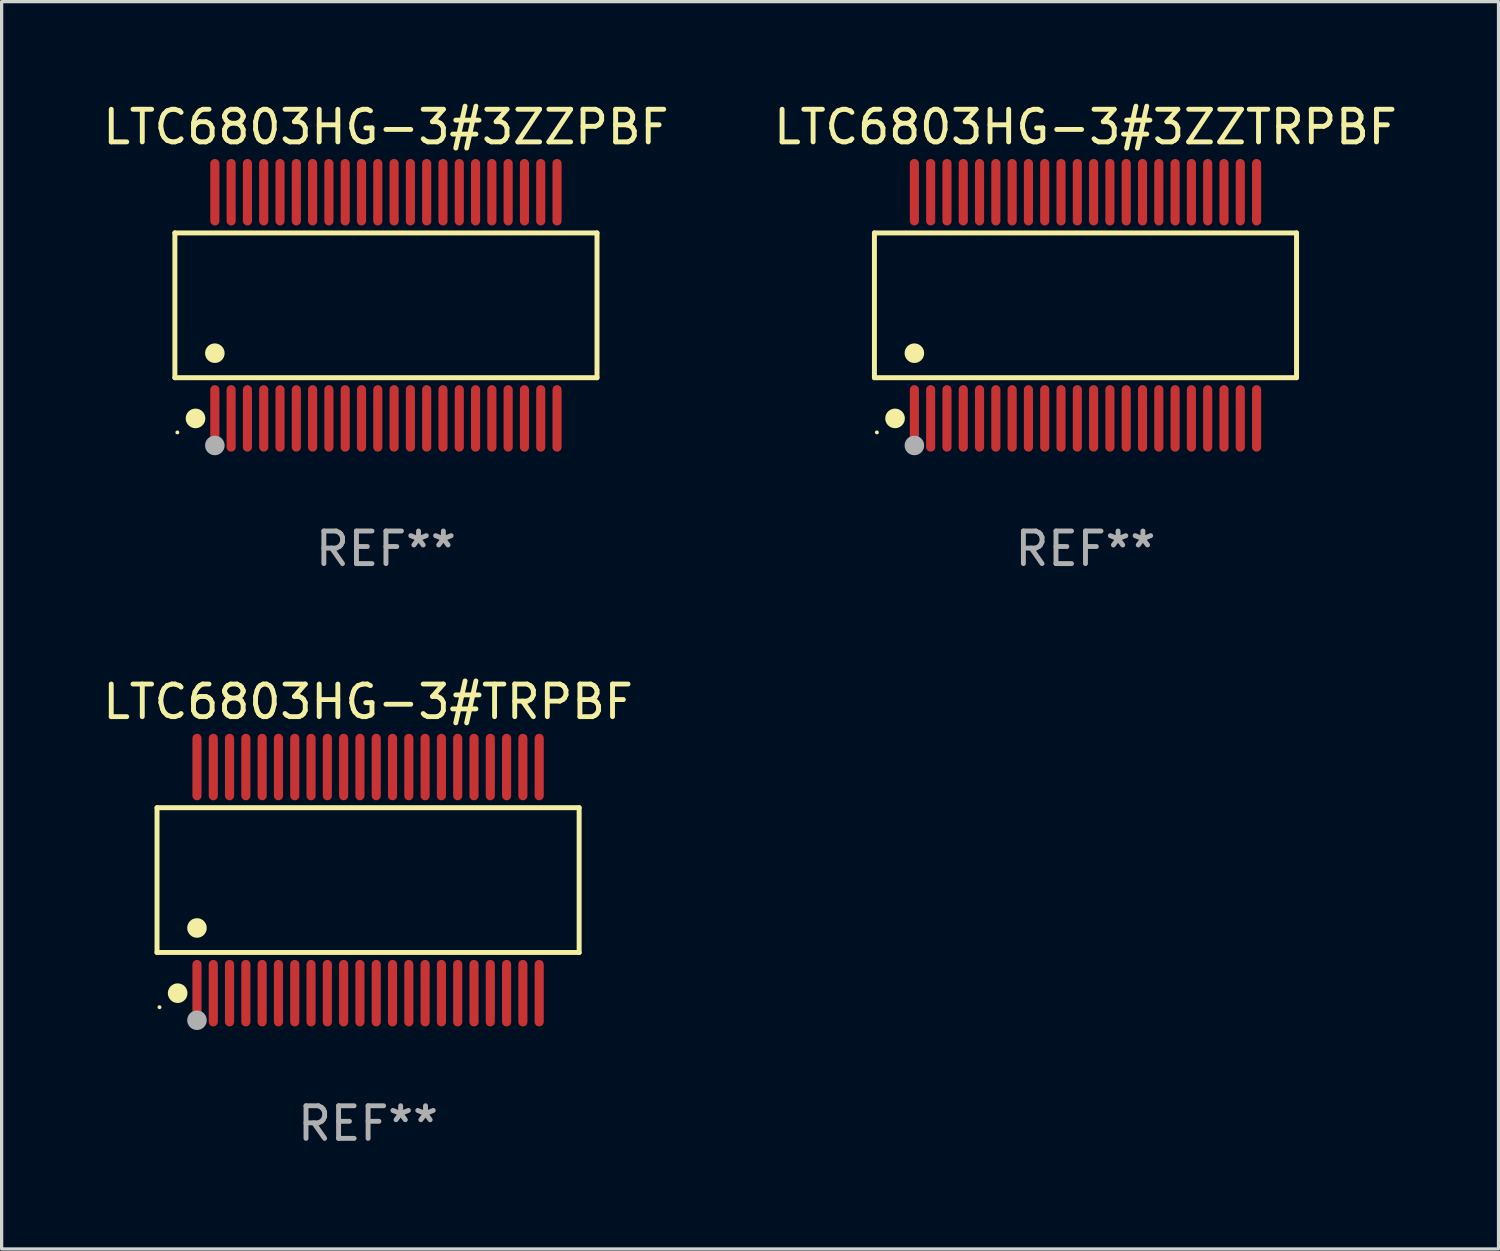
<source format=kicad_pcb>
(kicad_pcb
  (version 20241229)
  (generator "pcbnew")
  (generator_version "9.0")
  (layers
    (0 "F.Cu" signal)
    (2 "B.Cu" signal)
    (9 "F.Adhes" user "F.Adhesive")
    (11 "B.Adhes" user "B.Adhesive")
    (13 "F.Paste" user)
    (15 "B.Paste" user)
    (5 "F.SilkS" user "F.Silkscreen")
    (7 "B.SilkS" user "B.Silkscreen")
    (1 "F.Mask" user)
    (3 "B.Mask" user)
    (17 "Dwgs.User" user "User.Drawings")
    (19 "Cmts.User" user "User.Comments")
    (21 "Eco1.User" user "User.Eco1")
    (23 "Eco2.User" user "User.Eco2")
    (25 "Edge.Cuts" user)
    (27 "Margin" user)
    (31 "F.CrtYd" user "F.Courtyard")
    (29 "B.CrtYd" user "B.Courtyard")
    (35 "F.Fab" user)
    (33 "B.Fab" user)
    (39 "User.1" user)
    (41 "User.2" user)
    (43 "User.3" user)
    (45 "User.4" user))
  (footprint "LTC6803HG-3#3ZZPBF"
    (layer "F.Cu")
    (at 8.792 6.318)
    (property "Reference" "LTC6803HG-3#3ZZPBF" (at 0 -5.47 0) (layer "F.SilkS") (effects (font (size 1 1) (thickness 0.15))))
    (attr through_hole)
    (fp_line (start -6.476 -2.221) (end 6.476 -2.221) (stroke (width 0.152) (type solid)) (layer "F.SilkS"))
    (fp_line (start -6.476 2.221) (end -6.476 -2.221) (stroke (width 0.152) (type solid)) (layer "F.SilkS"))
    (fp_line (start 6.476 -2.221) (end 6.476 2.221) (stroke (width 0.152) (type solid)) (layer "F.SilkS"))
    (fp_line (start 6.476 2.221) (end -6.476 2.221) (stroke (width 0.152) (type solid)) (layer "F.SilkS"))
    (fp_circle (center -6.4 3.9) (end -6.37 3.9) (stroke (width 0.06) (type solid)) (fill no) (layer "F.SilkS"))
    (fp_circle (center -5.843 3.47) (end -5.692 3.47) (stroke (width 0.3) (type solid)) (fill no) (layer "F.SilkS"))
    (fp_circle (center -5.25 1.469) (end -5.1 1.469) (stroke (width 0.3) (type solid)) (fill no) (layer "F.SilkS"))
    (fp_circle (center -5.25 4.3) (end -5.1 4.3) (stroke (width 0.3) (type solid)) (fill no) (layer "F.Fab"))
    (fp_text user "REF**" (at 0 7.47 0) (layer "F.Fab") (effects (font (size 1 1) (thickness 0.15))))
    (pad "1" smd oval (at -5.25 3.47) (size 0.28 2.04) (layers "F.Cu" "F.Mask" "F.Paste"))
    (pad "2" smd oval (at -4.75 3.47) (size 0.28 2.04) (layers "F.Cu" "F.Mask" "F.Paste"))
    (pad "3" smd oval (at -4.25 3.47) (size 0.28 2.04) (layers "F.Cu" "F.Mask" "F.Paste"))
    (pad "4" smd oval (at -3.75 3.47) (size 0.28 2.04) (layers "F.Cu" "F.Mask" "F.Paste"))
    (pad "5" smd oval (at -3.25 3.47) (size 0.28 2.04) (layers "F.Cu" "F.Mask" "F.Paste"))
    (pad "6" smd oval (at -2.75 3.47) (size 0.28 2.04) (layers "F.Cu" "F.Mask" "F.Paste"))
    (pad "7" smd oval (at -2.25 3.47) (size 0.28 2.04) (layers "F.Cu" "F.Mask" "F.Paste"))
    (pad "8" smd oval (at -1.75 3.47) (size 0.28 2.04) (layers "F.Cu" "F.Mask" "F.Paste"))
    (pad "9" smd oval (at -1.25 3.47) (size 0.28 2.04) (layers "F.Cu" "F.Mask" "F.Paste"))
    (pad "10" smd oval (at -0.75 3.47) (size 0.28 2.04) (layers "F.Cu" "F.Mask" "F.Paste"))
    (pad "11" smd oval (at -0.25 3.47) (size 0.28 2.04) (layers "F.Cu" "F.Mask" "F.Paste"))
    (pad "12" smd oval (at 0.25 3.47) (size 0.28 2.04) (layers "F.Cu" "F.Mask" "F.Paste"))
    (pad "13" smd oval (at 0.75 3.47) (size 0.28 2.04) (layers "F.Cu" "F.Mask" "F.Paste"))
    (pad "14" smd oval (at 1.25 3.47) (size 0.28 2.04) (layers "F.Cu" "F.Mask" "F.Paste"))
    (pad "15" smd oval (at 1.75 3.47) (size 0.28 2.04) (layers "F.Cu" "F.Mask" "F.Paste"))
    (pad "16" smd oval (at 2.25 3.47) (size 0.28 2.04) (layers "F.Cu" "F.Mask" "F.Paste"))
    (pad "17" smd oval (at 2.75 3.47) (size 0.28 2.04) (layers "F.Cu" "F.Mask" "F.Paste"))
    (pad "18" smd oval (at 3.25 3.47) (size 0.28 2.04) (layers "F.Cu" "F.Mask" "F.Paste"))
    (pad "19" smd oval (at 3.75 3.47) (size 0.28 2.04) (layers "F.Cu" "F.Mask" "F.Paste"))
    (pad "20" smd oval (at 4.25 3.47) (size 0.28 2.04) (layers "F.Cu" "F.Mask" "F.Paste"))
    (pad "21" smd oval (at 4.75 3.47) (size 0.28 2.04) (layers "F.Cu" "F.Mask" "F.Paste"))
    (pad "22" smd oval (at 5.25 3.47) (size 0.28 2.04) (layers "F.Cu" "F.Mask" "F.Paste"))
    (pad "23" smd oval (at 5.25 -3.47) (size 0.28 2.04) (layers "F.Cu" "F.Mask" "F.Paste"))
    (pad "24" smd oval (at 4.75 -3.47) (size 0.28 2.04) (layers "F.Cu" "F.Mask" "F.Paste"))
    (pad "25" smd oval (at 4.25 -3.47) (size 0.28 2.04) (layers "F.Cu" "F.Mask" "F.Paste"))
    (pad "26" smd oval (at 3.75 -3.47) (size 0.28 2.04) (layers "F.Cu" "F.Mask" "F.Paste"))
    (pad "27" smd oval (at 3.25 -3.47) (size 0.28 2.04) (layers "F.Cu" "F.Mask" "F.Paste"))
    (pad "28" smd oval (at 2.75 -3.47) (size 0.28 2.04) (layers "F.Cu" "F.Mask" "F.Paste"))
    (pad "29" smd oval (at 2.25 -3.47) (size 0.28 2.04) (layers "F.Cu" "F.Mask" "F.Paste"))
    (pad "30" smd oval (at 1.75 -3.47) (size 0.28 2.04) (layers "F.Cu" "F.Mask" "F.Paste"))
    (pad "31" smd oval (at 1.25 -3.47) (size 0.28 2.04) (layers "F.Cu" "F.Mask" "F.Paste"))
    (pad "32" smd oval (at 0.75 -3.47) (size 0.28 2.04) (layers "F.Cu" "F.Mask" "F.Paste"))
    (pad "33" smd oval (at 0.25 -3.47) (size 0.28 2.04) (layers "F.Cu" "F.Mask" "F.Paste"))
    (pad "34" smd oval (at -0.25 -3.47) (size 0.28 2.04) (layers "F.Cu" "F.Mask" "F.Paste"))
    (pad "35" smd oval (at -0.75 -3.47) (size 0.28 2.04) (layers "F.Cu" "F.Mask" "F.Paste"))
    (pad "36" smd oval (at -1.25 -3.47) (size 0.28 2.04) (layers "F.Cu" "F.Mask" "F.Paste"))
    (pad "37" smd oval (at -1.75 -3.47) (size 0.28 2.04) (layers "F.Cu" "F.Mask" "F.Paste"))
    (pad "38" smd oval (at -2.25 -3.47) (size 0.28 2.04) (layers "F.Cu" "F.Mask" "F.Paste"))
    (pad "39" smd oval (at -2.75 -3.47) (size 0.28 2.04) (layers "F.Cu" "F.Mask" "F.Paste"))
    (pad "40" smd oval (at -3.25 -3.47) (size 0.28 2.04) (layers "F.Cu" "F.Mask" "F.Paste"))
    (pad "41" smd oval (at -3.75 -3.47) (size 0.28 2.04) (layers "F.Cu" "F.Mask" "F.Paste"))
    (pad "42" smd oval (at -4.25 -3.47) (size 0.28 2.04) (layers "F.Cu" "F.Mask" "F.Paste"))
    (pad "43" smd oval (at -4.75 -3.47) (size 0.28 2.04) (layers "F.Cu" "F.Mask" "F.Paste"))
    (pad "44" smd oval (at -5.25 -3.47) (size 0.28 2.04) (layers "F.Cu" "F.Mask" "F.Paste")))
  (footprint "LTC6803HG-3#3ZZTRPBF"
    (layer "F.Cu")
    (at 30.256 6.318)
    (property "Reference" "LTC6803HG-3#3ZZTRPBF" (at 0 -5.47 0) (layer "F.SilkS") (effects (font (size 1 1) (thickness 0.15))))
    (attr through_hole)
    (fp_line (start -6.476 -2.221) (end 6.476 -2.221) (stroke (width 0.152) (type solid)) (layer "F.SilkS"))
    (fp_line (start -6.476 2.221) (end -6.476 -2.221) (stroke (width 0.152) (type solid)) (layer "F.SilkS"))
    (fp_line (start 6.476 -2.221) (end 6.476 2.221) (stroke (width 0.152) (type solid)) (layer "F.SilkS"))
    (fp_line (start 6.476 2.221) (end -6.476 2.221) (stroke (width 0.152) (type solid)) (layer "F.SilkS"))
    (fp_circle (center -6.4 3.9) (end -6.37 3.9) (stroke (width 0.06) (type solid)) (fill no) (layer "F.SilkS"))
    (fp_circle (center -5.843 3.47) (end -5.692 3.47) (stroke (width 0.3) (type solid)) (fill no) (layer "F.SilkS"))
    (fp_circle (center -5.25 1.469) (end -5.1 1.469) (stroke (width 0.3) (type solid)) (fill no) (layer "F.SilkS"))
    (fp_circle (center -5.25 4.3) (end -5.1 4.3) (stroke (width 0.3) (type solid)) (fill no) (layer "F.Fab"))
    (fp_text user "REF**" (at 0 7.47 0) (layer "F.Fab") (effects (font (size 1 1) (thickness 0.15))))
    (pad "1" smd oval (at -5.25 3.47) (size 0.28 2.04) (layers "F.Cu" "F.Mask" "F.Paste"))
    (pad "2" smd oval (at -4.75 3.47) (size 0.28 2.04) (layers "F.Cu" "F.Mask" "F.Paste"))
    (pad "3" smd oval (at -4.25 3.47) (size 0.28 2.04) (layers "F.Cu" "F.Mask" "F.Paste"))
    (pad "4" smd oval (at -3.75 3.47) (size 0.28 2.04) (layers "F.Cu" "F.Mask" "F.Paste"))
    (pad "5" smd oval (at -3.25 3.47) (size 0.28 2.04) (layers "F.Cu" "F.Mask" "F.Paste"))
    (pad "6" smd oval (at -2.75 3.47) (size 0.28 2.04) (layers "F.Cu" "F.Mask" "F.Paste"))
    (pad "7" smd oval (at -2.25 3.47) (size 0.28 2.04) (layers "F.Cu" "F.Mask" "F.Paste"))
    (pad "8" smd oval (at -1.75 3.47) (size 0.28 2.04) (layers "F.Cu" "F.Mask" "F.Paste"))
    (pad "9" smd oval (at -1.25 3.47) (size 0.28 2.04) (layers "F.Cu" "F.Mask" "F.Paste"))
    (pad "10" smd oval (at -0.75 3.47) (size 0.28 2.04) (layers "F.Cu" "F.Mask" "F.Paste"))
    (pad "11" smd oval (at -0.25 3.47) (size 0.28 2.04) (layers "F.Cu" "F.Mask" "F.Paste"))
    (pad "12" smd oval (at 0.25 3.47) (size 0.28 2.04) (layers "F.Cu" "F.Mask" "F.Paste"))
    (pad "13" smd oval (at 0.75 3.47) (size 0.28 2.04) (layers "F.Cu" "F.Mask" "F.Paste"))
    (pad "14" smd oval (at 1.25 3.47) (size 0.28 2.04) (layers "F.Cu" "F.Mask" "F.Paste"))
    (pad "15" smd oval (at 1.75 3.47) (size 0.28 2.04) (layers "F.Cu" "F.Mask" "F.Paste"))
    (pad "16" smd oval (at 2.25 3.47) (size 0.28 2.04) (layers "F.Cu" "F.Mask" "F.Paste"))
    (pad "17" smd oval (at 2.75 3.47) (size 0.28 2.04) (layers "F.Cu" "F.Mask" "F.Paste"))
    (pad "18" smd oval (at 3.25 3.47) (size 0.28 2.04) (layers "F.Cu" "F.Mask" "F.Paste"))
    (pad "19" smd oval (at 3.75 3.47) (size 0.28 2.04) (layers "F.Cu" "F.Mask" "F.Paste"))
    (pad "20" smd oval (at 4.25 3.47) (size 0.28 2.04) (layers "F.Cu" "F.Mask" "F.Paste"))
    (pad "21" smd oval (at 4.75 3.47) (size 0.28 2.04) (layers "F.Cu" "F.Mask" "F.Paste"))
    (pad "22" smd oval (at 5.25 3.47) (size 0.28 2.04) (layers "F.Cu" "F.Mask" "F.Paste"))
    (pad "23" smd oval (at 5.25 -3.47) (size 0.28 2.04) (layers "F.Cu" "F.Mask" "F.Paste"))
    (pad "24" smd oval (at 4.75 -3.47) (size 0.28 2.04) (layers "F.Cu" "F.Mask" "F.Paste"))
    (pad "25" smd oval (at 4.25 -3.47) (size 0.28 2.04) (layers "F.Cu" "F.Mask" "F.Paste"))
    (pad "26" smd oval (at 3.75 -3.47) (size 0.28 2.04) (layers "F.Cu" "F.Mask" "F.Paste"))
    (pad "27" smd oval (at 3.25 -3.47) (size 0.28 2.04) (layers "F.Cu" "F.Mask" "F.Paste"))
    (pad "28" smd oval (at 2.75 -3.47) (size 0.28 2.04) (layers "F.Cu" "F.Mask" "F.Paste"))
    (pad "29" smd oval (at 2.25 -3.47) (size 0.28 2.04) (layers "F.Cu" "F.Mask" "F.Paste"))
    (pad "30" smd oval (at 1.75 -3.47) (size 0.28 2.04) (layers "F.Cu" "F.Mask" "F.Paste"))
    (pad "31" smd oval (at 1.25 -3.47) (size 0.28 2.04) (layers "F.Cu" "F.Mask" "F.Paste"))
    (pad "32" smd oval (at 0.75 -3.47) (size 0.28 2.04) (layers "F.Cu" "F.Mask" "F.Paste"))
    (pad "33" smd oval (at 0.25 -3.47) (size 0.28 2.04) (layers "F.Cu" "F.Mask" "F.Paste"))
    (pad "34" smd oval (at -0.25 -3.47) (size 0.28 2.04) (layers "F.Cu" "F.Mask" "F.Paste"))
    (pad "35" smd oval (at -0.75 -3.47) (size 0.28 2.04) (layers "F.Cu" "F.Mask" "F.Paste"))
    (pad "36" smd oval (at -1.25 -3.47) (size 0.28 2.04) (layers "F.Cu" "F.Mask" "F.Paste"))
    (pad "37" smd oval (at -1.75 -3.47) (size 0.28 2.04) (layers "F.Cu" "F.Mask" "F.Paste"))
    (pad "38" smd oval (at -2.25 -3.47) (size 0.28 2.04) (layers "F.Cu" "F.Mask" "F.Paste"))
    (pad "39" smd oval (at -2.75 -3.47) (size 0.28 2.04) (layers "F.Cu" "F.Mask" "F.Paste"))
    (pad "40" smd oval (at -3.25 -3.47) (size 0.28 2.04) (layers "F.Cu" "F.Mask" "F.Paste"))
    (pad "41" smd oval (at -3.75 -3.47) (size 0.28 2.04) (layers "F.Cu" "F.Mask" "F.Paste"))
    (pad "42" smd oval (at -4.25 -3.47) (size 0.28 2.04) (layers "F.Cu" "F.Mask" "F.Paste"))
    (pad "43" smd oval (at -4.75 -3.47) (size 0.28 2.04) (layers "F.Cu" "F.Mask" "F.Paste"))
    (pad "44" smd oval (at -5.25 -3.47) (size 0.28 2.04) (layers "F.Cu" "F.Mask" "F.Paste")))
  (footprint "LTC6803HG-3#TRPBF"
    (layer "F.Cu")
    (at 8.244 23.954)
    (property "Reference" "LTC6803HG-3#TRPBF" (at 0 -5.47 0) (layer "F.SilkS") (effects (font (size 1 1) (thickness 0.15))))
    (attr through_hole)
    (fp_line (start -6.476 -2.221) (end 6.476 -2.221) (stroke (width 0.152) (type solid)) (layer "F.SilkS"))
    (fp_line (start -6.476 2.221) (end -6.476 -2.221) (stroke (width 0.152) (type solid)) (layer "F.SilkS"))
    (fp_line (start 6.476 -2.221) (end 6.476 2.221) (stroke (width 0.152) (type solid)) (layer "F.SilkS"))
    (fp_line (start 6.476 2.221) (end -6.476 2.221) (stroke (width 0.152) (type solid)) (layer "F.SilkS"))
    (fp_circle (center -6.4 3.9) (end -6.37 3.9) (stroke (width 0.06) (type solid)) (fill no) (layer "F.SilkS"))
    (fp_circle (center -5.843 3.47) (end -5.692 3.47) (stroke (width 0.3) (type solid)) (fill no) (layer "F.SilkS"))
    (fp_circle (center -5.25 1.469) (end -5.1 1.469) (stroke (width 0.3) (type solid)) (fill no) (layer "F.SilkS"))
    (fp_circle (center -5.25 4.3) (end -5.1 4.3) (stroke (width 0.3) (type solid)) (fill no) (layer "F.Fab"))
    (fp_text user "REF**" (at 0 7.47 0) (layer "F.Fab") (effects (font (size 1 1) (thickness 0.15))))
    (pad "1" smd oval (at -5.25 3.47) (size 0.28 2.04) (layers "F.Cu" "F.Mask" "F.Paste"))
    (pad "2" smd oval (at -4.75 3.47) (size 0.28 2.04) (layers "F.Cu" "F.Mask" "F.Paste"))
    (pad "3" smd oval (at -4.25 3.47) (size 0.28 2.04) (layers "F.Cu" "F.Mask" "F.Paste"))
    (pad "4" smd oval (at -3.75 3.47) (size 0.28 2.04) (layers "F.Cu" "F.Mask" "F.Paste"))
    (pad "5" smd oval (at -3.25 3.47) (size 0.28 2.04) (layers "F.Cu" "F.Mask" "F.Paste"))
    (pad "6" smd oval (at -2.75 3.47) (size 0.28 2.04) (layers "F.Cu" "F.Mask" "F.Paste"))
    (pad "7" smd oval (at -2.25 3.47) (size 0.28 2.04) (layers "F.Cu" "F.Mask" "F.Paste"))
    (pad "8" smd oval (at -1.75 3.47) (size 0.28 2.04) (layers "F.Cu" "F.Mask" "F.Paste"))
    (pad "9" smd oval (at -1.25 3.47) (size 0.28 2.04) (layers "F.Cu" "F.Mask" "F.Paste"))
    (pad "10" smd oval (at -0.75 3.47) (size 0.28 2.04) (layers "F.Cu" "F.Mask" "F.Paste"))
    (pad "11" smd oval (at -0.25 3.47) (size 0.28 2.04) (layers "F.Cu" "F.Mask" "F.Paste"))
    (pad "12" smd oval (at 0.25 3.47) (size 0.28 2.04) (layers "F.Cu" "F.Mask" "F.Paste"))
    (pad "13" smd oval (at 0.75 3.47) (size 0.28 2.04) (layers "F.Cu" "F.Mask" "F.Paste"))
    (pad "14" smd oval (at 1.25 3.47) (size 0.28 2.04) (layers "F.Cu" "F.Mask" "F.Paste"))
    (pad "15" smd oval (at 1.75 3.47) (size 0.28 2.04) (layers "F.Cu" "F.Mask" "F.Paste"))
    (pad "16" smd oval (at 2.25 3.47) (size 0.28 2.04) (layers "F.Cu" "F.Mask" "F.Paste"))
    (pad "17" smd oval (at 2.75 3.47) (size 0.28 2.04) (layers "F.Cu" "F.Mask" "F.Paste"))
    (pad "18" smd oval (at 3.25 3.47) (size 0.28 2.04) (layers "F.Cu" "F.Mask" "F.Paste"))
    (pad "19" smd oval (at 3.75 3.47) (size 0.28 2.04) (layers "F.Cu" "F.Mask" "F.Paste"))
    (pad "20" smd oval (at 4.25 3.47) (size 0.28 2.04) (layers "F.Cu" "F.Mask" "F.Paste"))
    (pad "21" smd oval (at 4.75 3.47) (size 0.28 2.04) (layers "F.Cu" "F.Mask" "F.Paste"))
    (pad "22" smd oval (at 5.25 3.47) (size 0.28 2.04) (layers "F.Cu" "F.Mask" "F.Paste"))
    (pad "23" smd oval (at 5.25 -3.47) (size 0.28 2.04) (layers "F.Cu" "F.Mask" "F.Paste"))
    (pad "24" smd oval (at 4.75 -3.47) (size 0.28 2.04) (layers "F.Cu" "F.Mask" "F.Paste"))
    (pad "25" smd oval (at 4.25 -3.47) (size 0.28 2.04) (layers "F.Cu" "F.Mask" "F.Paste"))
    (pad "26" smd oval (at 3.75 -3.47) (size 0.28 2.04) (layers "F.Cu" "F.Mask" "F.Paste"))
    (pad "27" smd oval (at 3.25 -3.47) (size 0.28 2.04) (layers "F.Cu" "F.Mask" "F.Paste"))
    (pad "28" smd oval (at 2.75 -3.47) (size 0.28 2.04) (layers "F.Cu" "F.Mask" "F.Paste"))
    (pad "29" smd oval (at 2.25 -3.47) (size 0.28 2.04) (layers "F.Cu" "F.Mask" "F.Paste"))
    (pad "30" smd oval (at 1.75 -3.47) (size 0.28 2.04) (layers "F.Cu" "F.Mask" "F.Paste"))
    (pad "31" smd oval (at 1.25 -3.47) (size 0.28 2.04) (layers "F.Cu" "F.Mask" "F.Paste"))
    (pad "32" smd oval (at 0.75 -3.47) (size 0.28 2.04) (layers "F.Cu" "F.Mask" "F.Paste"))
    (pad "33" smd oval (at 0.25 -3.47) (size 0.28 2.04) (layers "F.Cu" "F.Mask" "F.Paste"))
    (pad "34" smd oval (at -0.25 -3.47) (size 0.28 2.04) (layers "F.Cu" "F.Mask" "F.Paste"))
    (pad "35" smd oval (at -0.75 -3.47) (size 0.28 2.04) (layers "F.Cu" "F.Mask" "F.Paste"))
    (pad "36" smd oval (at -1.25 -3.47) (size 0.28 2.04) (layers "F.Cu" "F.Mask" "F.Paste"))
    (pad "37" smd oval (at -1.75 -3.47) (size 0.28 2.04) (layers "F.Cu" "F.Mask" "F.Paste"))
    (pad "38" smd oval (at -2.25 -3.47) (size 0.28 2.04) (layers "F.Cu" "F.Mask" "F.Paste"))
    (pad "39" smd oval (at -2.75 -3.47) (size 0.28 2.04) (layers "F.Cu" "F.Mask" "F.Paste"))
    (pad "40" smd oval (at -3.25 -3.47) (size 0.28 2.04) (layers "F.Cu" "F.Mask" "F.Paste"))
    (pad "41" smd oval (at -3.75 -3.47) (size 0.28 2.04) (layers "F.Cu" "F.Mask" "F.Paste"))
    (pad "42" smd oval (at -4.25 -3.47) (size 0.28 2.04) (layers "F.Cu" "F.Mask" "F.Paste"))
    (pad "43" smd oval (at -4.75 -3.47) (size 0.28 2.04) (layers "F.Cu" "F.Mask" "F.Paste"))
    (pad "44" smd oval (at -5.25 -3.47) (size 0.28 2.04) (layers "F.Cu" "F.Mask" "F.Paste")))
  (gr_rect
    (start -3 -3)
    (end 42.929 35.273)
    (stroke (width 0.1) (type default))
    (fill no)
    (layer "Edge.Cuts")))
</source>
